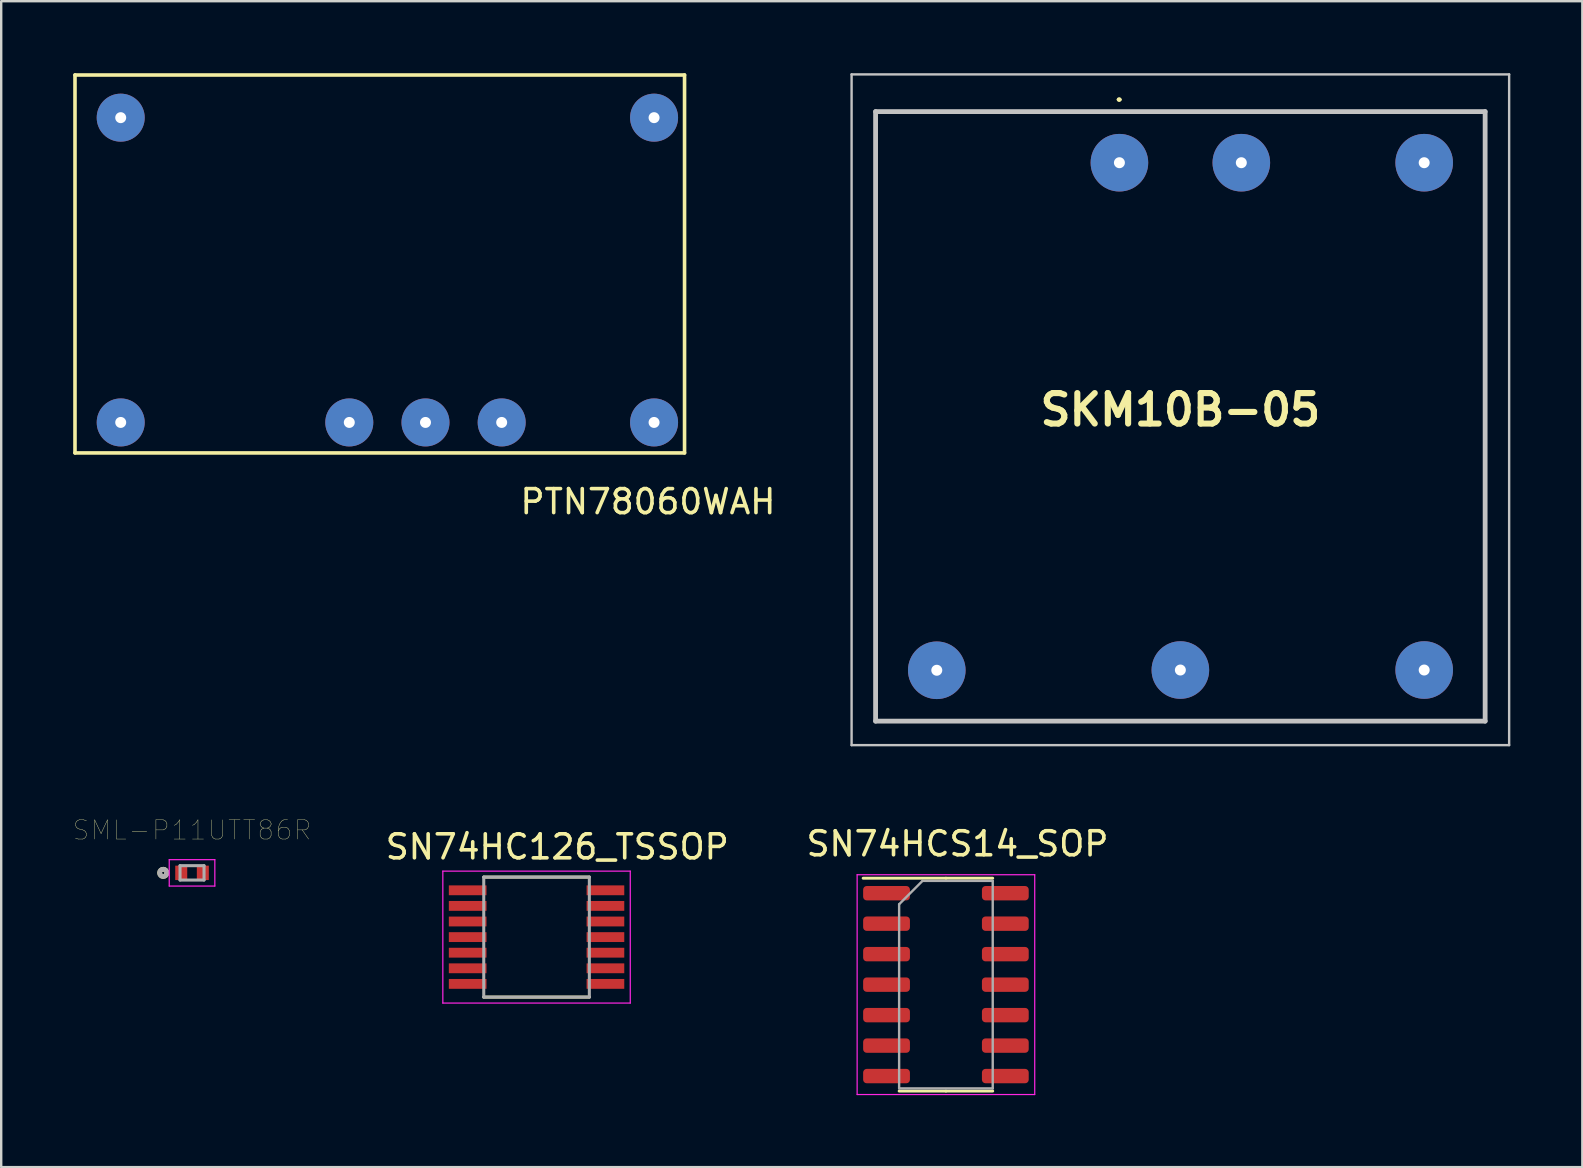
<source format=kicad_pcb>
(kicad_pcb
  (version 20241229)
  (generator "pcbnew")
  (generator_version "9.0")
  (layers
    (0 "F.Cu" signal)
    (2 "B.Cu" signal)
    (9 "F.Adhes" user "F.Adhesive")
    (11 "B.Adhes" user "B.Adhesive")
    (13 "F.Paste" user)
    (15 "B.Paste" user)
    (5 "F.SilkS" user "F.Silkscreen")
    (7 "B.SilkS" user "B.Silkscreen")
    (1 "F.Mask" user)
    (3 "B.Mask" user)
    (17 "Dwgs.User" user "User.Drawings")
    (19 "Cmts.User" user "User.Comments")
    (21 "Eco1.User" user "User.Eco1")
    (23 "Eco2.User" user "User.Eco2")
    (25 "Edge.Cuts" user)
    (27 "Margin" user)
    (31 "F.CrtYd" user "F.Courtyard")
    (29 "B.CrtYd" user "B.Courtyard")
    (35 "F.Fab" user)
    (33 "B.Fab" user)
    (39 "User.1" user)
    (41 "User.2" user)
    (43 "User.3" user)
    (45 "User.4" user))
  (footprint "PTN78060WAH"
    (layer "F.Cu")
    (at 12.775 10.743)
    (property "Reference" "PTN78060WAH" (at 11.176 7.112 0) (layer "F.SilkS") (effects (font (size 1 1) (thickness 0.15))))
    (attr through_hole)
    (fp_line (start -12.7 -10.668) (end 12.7 -10.668) (stroke (width 0.15) (type solid)) (layer "F.SilkS"))
    (fp_line (start -12.7 5.08) (end -12.7 -10.668) (stroke (width 0.15) (type solid)) (layer "F.SilkS"))
    (fp_line (start 12.7 -10.668) (end 12.7 5.08) (stroke (width 0.15) (type solid)) (layer "F.SilkS"))
    (fp_line (start 12.7 5.08) (end -12.7 5.08) (stroke (width 0.15) (type solid)) (layer "F.SilkS"))
    (pad "1" thru_hole circle (at -10.795 -8.89) (size 2 2) (drill 0.457) (layers "*.Cu" "*.Mask"))
    (pad "2" thru_hole circle (at -10.795 3.81) (size 2 2) (drill 0.457) (layers "*.Cu" "*.Mask"))
    (pad "3" thru_hole circle (at -1.27 3.81) (size 2 2) (drill 0.457) (layers "*.Cu" "*.Mask"))
    (pad "4" thru_hole circle (at 1.905 3.81) (size 2 2) (drill 0.457) (layers "*.Cu" "*.Mask"))
    (pad "5" thru_hole circle (at 5.08 3.81) (size 2 2) (drill 0.457) (layers "*.Cu" "*.Mask"))
    (pad "6" thru_hole circle (at 11.43 3.81) (size 2 2) (drill 0.457) (layers "*.Cu" "*.Mask"))
    (pad "7" thru_hole circle (at 11.43 -8.89) (size 2 2) (drill 0.457) (layers "*.Cu" "*.Mask")))
  (footprint "SN74HCS14_SOP"
    (layer "F.Cu")
    (at 36.85 31.3)
    (property "Reference" "SN74HCS14_SOP" (at 0 0.813 0) (layer "F.SilkS") (effects (font (size 1 1) (thickness 0.15))))
    (attr through_hole)
    (fp_line (start -0.483 2.245) (end -3.933 2.245) (stroke (width 0.12) (type solid)) (layer "F.SilkS"))
    (fp_line (start -0.483 2.245) (end 1.467 2.245) (stroke (width 0.12) (type solid)) (layer "F.SilkS"))
    (fp_line (start -0.483 11.115) (end -2.433 11.115) (stroke (width 0.12) (type solid)) (layer "F.SilkS"))
    (fp_line (start -0.483 11.115) (end 1.467 11.115) (stroke (width 0.12) (type solid)) (layer "F.SilkS"))
    (fp_line (start -4.183 2.1) (end -4.183 11.26) (stroke (width 0.05) (type solid)) (layer "F.CrtYd"))
    (fp_line (start -4.183 11.26) (end 3.217 11.26) (stroke (width 0.05) (type solid)) (layer "F.CrtYd"))
    (fp_line (start 3.217 2.1) (end -4.183 2.1) (stroke (width 0.05) (type solid)) (layer "F.CrtYd"))
    (fp_line (start 3.217 11.26) (end 3.217 2.1) (stroke (width 0.05) (type solid)) (layer "F.CrtYd"))
    (fp_line (start -2.433 3.33) (end -1.458 2.355) (stroke (width 0.1) (type solid)) (layer "F.Fab"))
    (fp_line (start -2.433 11.005) (end -2.433 3.33) (stroke (width 0.1) (type solid)) (layer "F.Fab"))
    (fp_line (start -1.458 2.355) (end 1.467 2.355) (stroke (width 0.1) (type solid)) (layer "F.Fab"))
    (fp_line (start 1.467 2.355) (end 1.467 11.005) (stroke (width 0.1) (type solid)) (layer "F.Fab"))
    (fp_line (start 1.467 11.005) (end -2.433 11.005) (stroke (width 0.1) (type solid)) (layer "F.Fab"))
    (pad "1" smd roundrect (at -2.958 2.87) (size 1.95 0.6) (layers "F.Cu" "F.Mask" "F.Paste") (roundrect_rratio 0.25))
    (pad "2" smd roundrect (at -2.958 4.14) (size 1.95 0.6) (layers "F.Cu" "F.Mask" "F.Paste") (roundrect_rratio 0.25))
    (pad "3" smd roundrect (at -2.958 5.41) (size 1.95 0.6) (layers "F.Cu" "F.Mask" "F.Paste") (roundrect_rratio 0.25))
    (pad "4" smd roundrect (at -2.958 6.68) (size 1.95 0.6) (layers "F.Cu" "F.Mask" "F.Paste") (roundrect_rratio 0.25))
    (pad "5" smd roundrect (at -2.958 7.95) (size 1.95 0.6) (layers "F.Cu" "F.Mask" "F.Paste") (roundrect_rratio 0.25))
    (pad "6" smd roundrect (at -2.958 9.22) (size 1.95 0.6) (layers "F.Cu" "F.Mask" "F.Paste") (roundrect_rratio 0.25))
    (pad "7" smd roundrect (at -2.958 10.49) (size 1.95 0.6) (layers "F.Cu" "F.Mask" "F.Paste") (roundrect_rratio 0.25))
    (pad "8" smd roundrect (at 1.992 10.49) (size 1.95 0.6) (layers "F.Cu" "F.Mask" "F.Paste") (roundrect_rratio 0.25))
    (pad "9" smd roundrect (at 1.992 9.22) (size 1.95 0.6) (layers "F.Cu" "F.Mask" "F.Paste") (roundrect_rratio 0.25))
    (pad "10" smd roundrect (at 1.992 7.95) (size 1.95 0.6) (layers "F.Cu" "F.Mask" "F.Paste") (roundrect_rratio 0.25))
    (pad "11" smd roundrect (at 1.992 6.68) (size 1.95 0.6) (layers "F.Cu" "F.Mask" "F.Paste") (roundrect_rratio 0.25))
    (pad "12" smd roundrect (at 1.992 5.41) (size 1.95 0.6) (layers "F.Cu" "F.Mask" "F.Paste") (roundrect_rratio 0.25))
    (pad "13" smd roundrect (at 1.992 4.14) (size 1.95 0.6) (layers "F.Cu" "F.Mask" "F.Paste") (roundrect_rratio 0.25))
    (pad "14" smd roundrect (at 1.992 2.87) (size 1.95 0.6) (layers "F.Cu" "F.Mask" "F.Paste") (roundrect_rratio 0.25)))
  (footprint "SN74HC126_TSSOP"
    (layer "F.Cu")
    (at 20.172 31.3)
    (property "Reference" "SN74HC126_TSSOP" (at 0 0.94 0) (layer "F.SilkS") (effects (font (size 1 1) (thickness 0.15))))
    (attr through_hole)
    (fp_line (start -3.064 2.199) (end 1.336 2.199) (stroke (width 0.127) (type solid)) (layer "F.SilkS"))
    (fp_line (start -3.064 7.199) (end 1.336 7.199) (stroke (width 0.127) (type solid)) (layer "F.SilkS"))
    (fp_line (start -4.769 1.949) (end -4.769 7.449) (stroke (width 0.05) (type solid)) (layer "F.CrtYd"))
    (fp_line (start -4.769 1.949) (end 3.041 1.949) (stroke (width 0.05) (type solid)) (layer "F.CrtYd"))
    (fp_line (start -4.769 7.449) (end 3.041 7.449) (stroke (width 0.05) (type solid)) (layer "F.CrtYd"))
    (fp_line (start 3.041 1.949) (end 3.041 7.449) (stroke (width 0.05) (type solid)) (layer "F.CrtYd"))
    (fp_line (start -3.064 2.199) (end -3.064 7.199) (stroke (width 0.127) (type solid)) (layer "F.Fab"))
    (fp_line (start -3.064 2.199) (end 1.336 2.199) (stroke (width 0.127) (type solid)) (layer "F.Fab"))
    (fp_line (start -3.064 7.199) (end 1.336 7.199) (stroke (width 0.127) (type solid)) (layer "F.Fab"))
    (fp_line (start 1.336 2.199) (end 1.336 7.199) (stroke (width 0.127) (type solid)) (layer "F.Fab"))
    (pad "1" smd rect (at -3.734 2.749) (size 1.57 0.41) (layers "F.Cu" "F.Mask" "F.Paste"))
    (pad "2" smd rect (at -3.734 3.399) (size 1.57 0.41) (layers "F.Cu" "F.Mask" "F.Paste"))
    (pad "3" smd rect (at -3.734 4.049) (size 1.57 0.41) (layers "F.Cu" "F.Mask" "F.Paste"))
    (pad "4" smd rect (at -3.734 4.699) (size 1.57 0.41) (layers "F.Cu" "F.Mask" "F.Paste"))
    (pad "5" smd rect (at -3.734 5.349) (size 1.57 0.41) (layers "F.Cu" "F.Mask" "F.Paste"))
    (pad "6" smd rect (at -3.734 5.999) (size 1.57 0.41) (layers "F.Cu" "F.Mask" "F.Paste"))
    (pad "7" smd rect (at -3.734 6.649) (size 1.57 0.41) (layers "F.Cu" "F.Mask" "F.Paste"))
    (pad "8" smd rect (at 2.006 6.649) (size 1.57 0.41) (layers "F.Cu" "F.Mask" "F.Paste"))
    (pad "9" smd rect (at 2.006 5.999) (size 1.57 0.41) (layers "F.Cu" "F.Mask" "F.Paste"))
    (pad "10" smd rect (at 2.006 5.349) (size 1.57 0.41) (layers "F.Cu" "F.Mask" "F.Paste"))
    (pad "11" smd rect (at 2.006 4.699) (size 1.57 0.41) (layers "F.Cu" "F.Mask" "F.Paste"))
    (pad "12" smd rect (at 2.006 4.049) (size 1.57 0.41) (layers "F.Cu" "F.Mask" "F.Paste"))
    (pad "13" smd rect (at 2.006 3.399) (size 1.57 0.41) (layers "F.Cu" "F.Mask" "F.Paste"))
    (pad "14" smd rect (at 2.006 2.749) (size 1.57 0.41) (layers "F.Cu" "F.Mask" "F.Paste")))
  (footprint "SML-P11UTT86R"
    (layer "F.Cu")
    (at 4.952 33.322)
    (property "Reference" "SML-P11UTT86R" (at 0 -1.778 0) (layer "F.SilkS") (effects (font (size 0.8 0.8) (thickness 0.015))))
    (attr through_hole)
    (fp_circle (center -1.2 0) (end -1.15 0) (stroke (width 0.2) (type solid)) (fill no) (layer "F.SilkS"))
    (fp_line (start -0.95 -0.55) (end 0.95 -0.55) (stroke (width 0.05) (type solid)) (layer "F.CrtYd"))
    (fp_line (start -0.95 0.55) (end -0.95 -0.55) (stroke (width 0.05) (type solid)) (layer "F.CrtYd"))
    (fp_line (start 0.95 -0.55) (end 0.95 0.55) (stroke (width 0.05) (type solid)) (layer "F.CrtYd"))
    (fp_line (start 0.95 0.55) (end -0.95 0.55) (stroke (width 0.05) (type solid)) (layer "F.CrtYd"))
    (fp_line (start -0.5 -0.3) (end 0.5 -0.3) (stroke (width 0.127) (type solid)) (layer "F.Fab"))
    (fp_line (start -0.5 0.3) (end -0.5 -0.3) (stroke (width 0.127) (type solid)) (layer "F.Fab"))
    (fp_line (start 0.5 -0.3) (end 0.5 0.3) (stroke (width 0.127) (type solid)) (layer "F.Fab"))
    (fp_line (start 0.5 0.3) (end -0.5 0.3) (stroke (width 0.127) (type solid)) (layer "F.Fab"))
    (fp_circle (center -1.2 0) (end -1.15 0) (stroke (width 0.2) (type solid)) (fill no) (layer "F.Fab"))
    (pad "A" smd rect (at 0.45 0) (size 0.5 0.6) (layers "F.Cu" "F.Mask" "F.Paste"))
    (pad "C" smd rect (at -0.45 0) (size 0.5 0.6) (layers "F.Cu" "F.Mask" "F.Paste")))
  (footprint "SKM10B-05"
    (layer "F.Cu")
    (at 46.136 14.3)
    (property "Reference" "SKM10B-05" (at 0 -0.275 0) (layer "F.SilkS") (effects (font (size 1.27 1.27) (thickness 0.254))))
    (attr through_hole)
    (fp_line (start -12.7 -12.7) (end 12.7 -12.7) (stroke (width 0.1) (type solid)) (layer "F.SilkS"))
    (fp_line (start -12.7 12.7) (end -12.7 -12.7) (stroke (width 0.1) (type solid)) (layer "F.SilkS"))
    (fp_line (start -2.6 -13.2) (end -2.6 -13.2) (stroke (width 0.1) (type solid)) (layer "F.SilkS"))
    (fp_line (start -2.5 -13.2) (end -2.5 -13.2) (stroke (width 0.1) (type solid)) (layer "F.SilkS"))
    (fp_line (start 12.7 -12.7) (end 12.7 12.7) (stroke (width 0.1) (type solid)) (layer "F.SilkS"))
    (fp_line (start 12.7 12.7) (end -12.7 12.7) (stroke (width 0.1) (type solid)) (layer "F.SilkS"))
    (fp_arc (start -2.6 -13.2) (mid -2.55 -13.25) (end -2.5 -13.2) (stroke (width 0.1) (type solid)) (layer "F.SilkS"))
    (fp_arc (start -2.5 -13.2) (mid -2.55 -13.15) (end -2.6 -13.2) (stroke (width 0.1) (type solid)) (layer "F.SilkS"))
    (fp_line (start -13.7 -14.25) (end 13.7 -14.25) (stroke (width 0.1) (type solid)) (layer "Dwgs.User"))
    (fp_line (start -13.7 13.7) (end -13.7 -14.25) (stroke (width 0.1) (type solid)) (layer "Dwgs.User"))
    (fp_line (start -12.7 -12.7) (end 12.7 -12.7) (stroke (width 0.2) (type solid)) (layer "Dwgs.User"))
    (fp_line (start -12.7 12.7) (end -12.7 -12.7) (stroke (width 0.2) (type solid)) (layer "Dwgs.User"))
    (fp_line (start 12.7 -12.7) (end 12.7 12.7) (stroke (width 0.2) (type solid)) (layer "Dwgs.User"))
    (fp_line (start 12.7 12.7) (end -12.7 12.7) (stroke (width 0.2) (type solid)) (layer "Dwgs.User"))
    (fp_line (start 13.7 -14.25) (end 13.7 13.7) (stroke (width 0.1) (type solid)) (layer "Dwgs.User"))
    (fp_line (start 13.7 13.7) (end -13.7 13.7) (stroke (width 0.1) (type solid)) (layer "Dwgs.User"))
    (pad "1" thru_hole circle (at -2.54 -10.57) (size 2.4 2.4) (drill 0.457) (layers "*.Cu" "*.Mask"))
    (pad "2" thru_hole circle (at 2.54 -10.57) (size 2.4 2.4) (drill 0.457) (layers "*.Cu" "*.Mask"))
    (pad "3" thru_hole circle (at -10.15 10.58) (size 2.4 2.4) (drill 0.457) (layers "*.Cu" "*.Mask"))
    (pad "4" thru_hole circle (at 0 10.57) (size 2.4 2.4) (drill 0.457) (layers "*.Cu" "*.Mask"))
    (pad "5" thru_hole circle (at 10.16 10.57) (size 2.4 2.4) (drill 0.457) (layers "*.Cu" "*.Mask"))
    (pad "6" thru_hole circle (at 10.16 -10.57) (size 2.4 2.4) (drill 0.457) (layers "*.Cu" "*.Mask")))
  (gr_rect
    (start -3 -3)
    (end 62.886 45.585)
    (stroke (width 0.1) (type default))
    (fill no)
    (layer "Edge.Cuts")))
</source>
